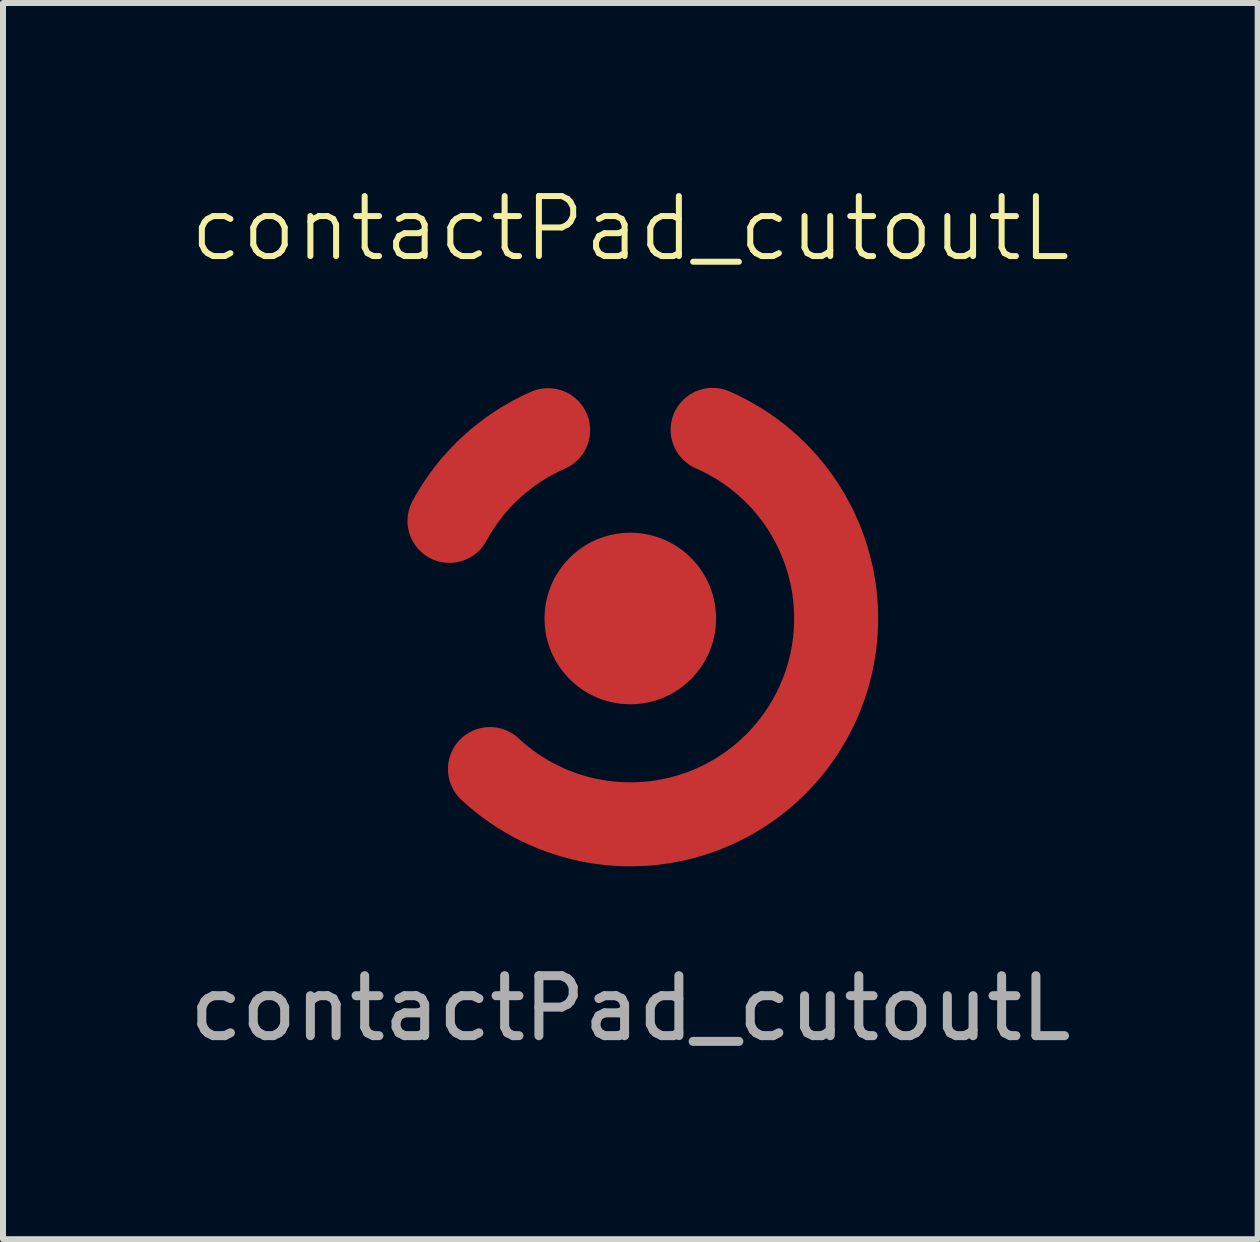
<source format=kicad_pcb>
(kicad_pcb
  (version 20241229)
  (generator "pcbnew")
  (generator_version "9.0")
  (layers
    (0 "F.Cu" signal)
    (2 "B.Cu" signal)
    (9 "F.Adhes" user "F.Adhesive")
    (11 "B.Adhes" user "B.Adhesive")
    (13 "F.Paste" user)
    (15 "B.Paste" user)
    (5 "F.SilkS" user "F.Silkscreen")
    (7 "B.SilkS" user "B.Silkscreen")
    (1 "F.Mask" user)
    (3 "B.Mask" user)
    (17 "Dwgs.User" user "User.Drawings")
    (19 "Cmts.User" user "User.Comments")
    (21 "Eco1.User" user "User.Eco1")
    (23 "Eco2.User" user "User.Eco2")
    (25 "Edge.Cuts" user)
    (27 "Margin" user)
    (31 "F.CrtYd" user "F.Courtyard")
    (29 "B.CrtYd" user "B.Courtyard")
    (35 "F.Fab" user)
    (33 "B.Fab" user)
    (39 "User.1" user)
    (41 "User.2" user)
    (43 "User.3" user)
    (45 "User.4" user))
  (footprint "contactPad_cutoutL"
    (layer "F.Cu")
    (at 7.458 7.261)
    (property "Reference" "contactPad_cutoutL" (at 0 -6.5 0) (unlocked yes) (layer "F.SilkS") (effects (font (size 1 1) (thickness 0.1))))
    (attr smd)
    (fp_arc (start -3.014693 -1.627307) (mid -2.319147 -2.521519) (end -1.37 -3.14) (stroke (width 1.4) (type solid)) (layers "F.Cu" "F.Mask"))
    (fp_arc (start 1.372285 -3.14524) (mid 2.86872 1.883122) (end -2.34 2.51) (stroke (width 1.4) (type solid)) (layers "F.Cu" "F.Mask"))
    (fp_text user "${REFERENCE}" (at 0 6.5 0) (unlocked yes) (layer "F.Fab") (effects (font (size 1 1) (thickness 0.15))))
    (pad "1" smd circle (at 0 0) (size 2.86 2.86) (layers "F.Cu" "F.Mask"))
    (pad "2" smd roundrect (at -3 -1.6) (size 0.762 0.508) (layers "F.Cu" "F.Mask") (roundrect_rratio 0.15))
    (pad "2" smd roundrect (at 3.5 0) (size 0.762 0.508) (layers "F.Cu" "F.Mask") (roundrect_rratio 0.15)))
  (gr_rect
    (start -3 -3)
    (end 17.917 17.609)
    (stroke (width 0.1) (type default))
    (fill no)
    (layer "Edge.Cuts")))
</source>
